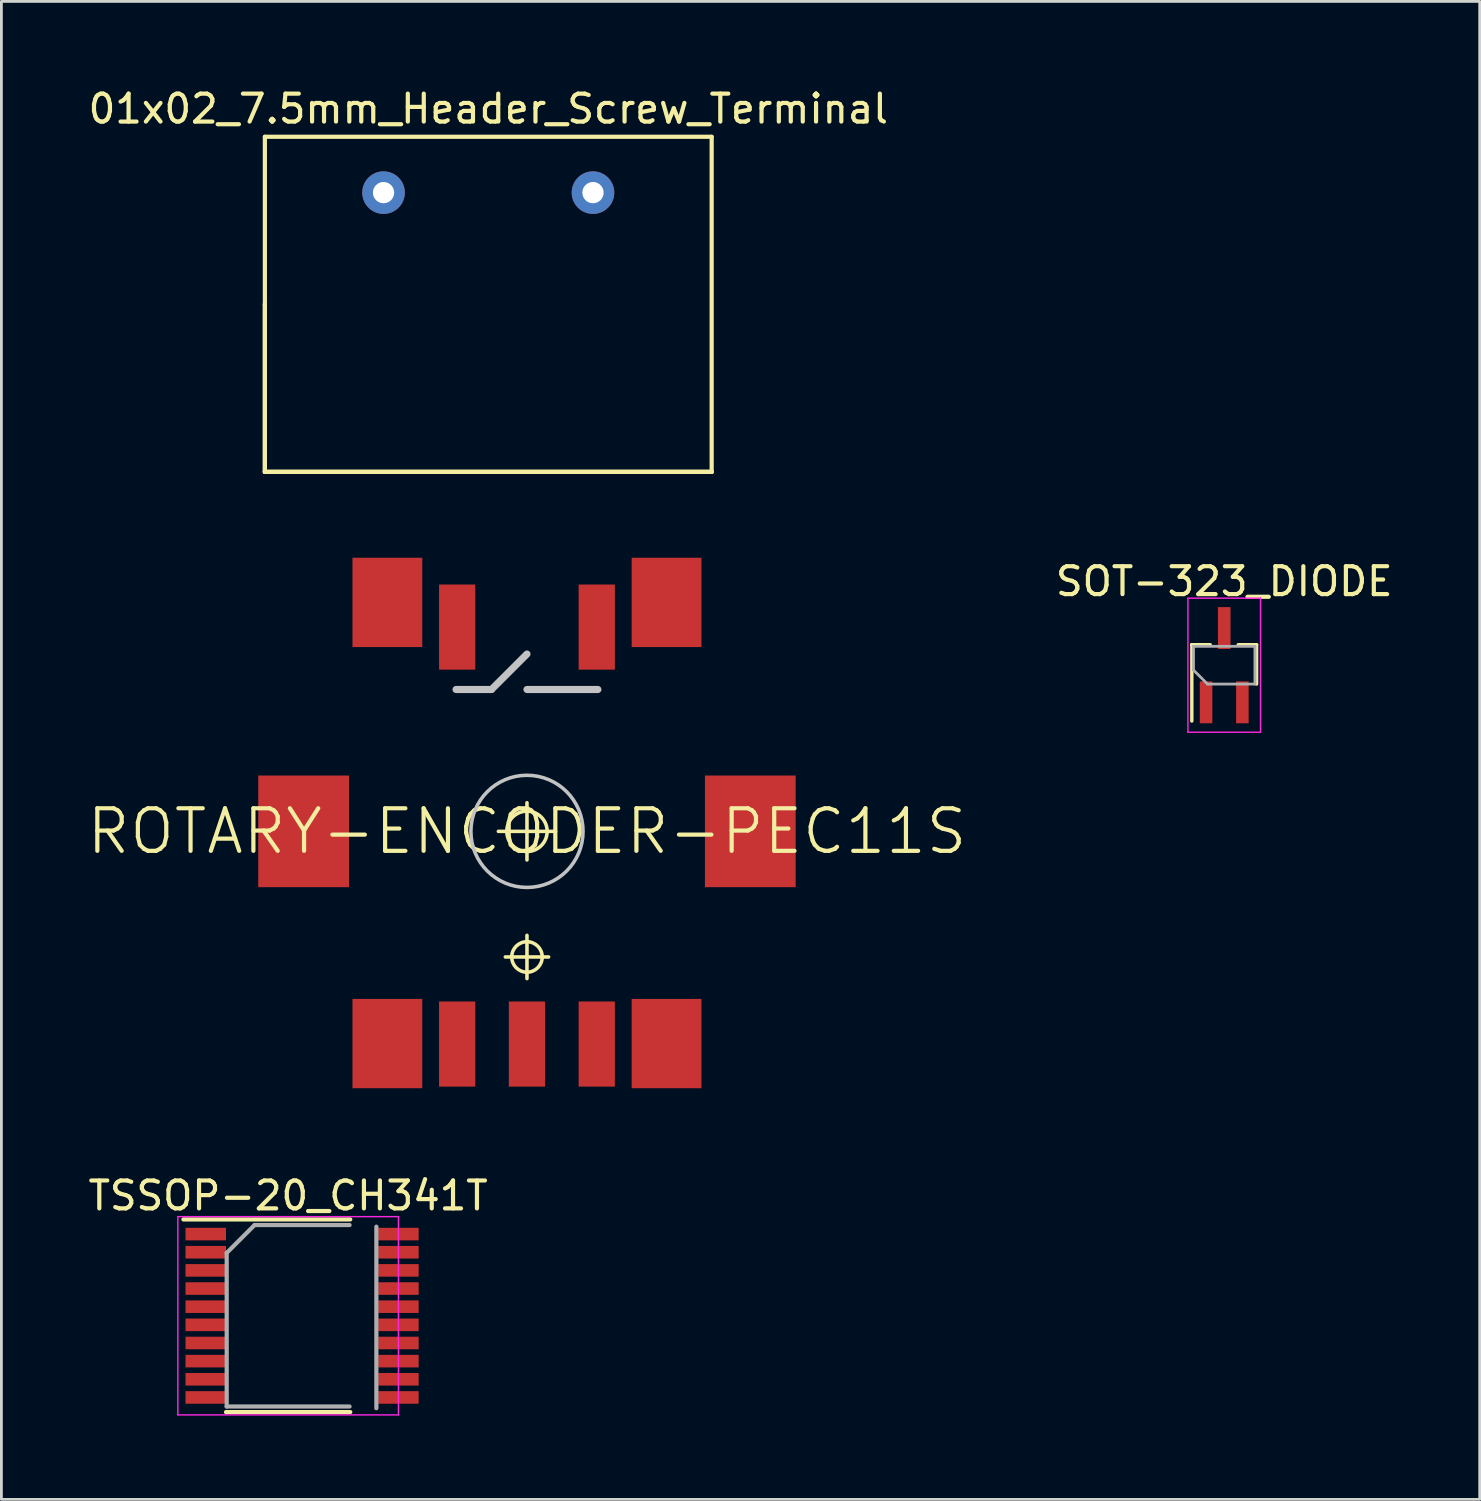
<source format=kicad_pcb>
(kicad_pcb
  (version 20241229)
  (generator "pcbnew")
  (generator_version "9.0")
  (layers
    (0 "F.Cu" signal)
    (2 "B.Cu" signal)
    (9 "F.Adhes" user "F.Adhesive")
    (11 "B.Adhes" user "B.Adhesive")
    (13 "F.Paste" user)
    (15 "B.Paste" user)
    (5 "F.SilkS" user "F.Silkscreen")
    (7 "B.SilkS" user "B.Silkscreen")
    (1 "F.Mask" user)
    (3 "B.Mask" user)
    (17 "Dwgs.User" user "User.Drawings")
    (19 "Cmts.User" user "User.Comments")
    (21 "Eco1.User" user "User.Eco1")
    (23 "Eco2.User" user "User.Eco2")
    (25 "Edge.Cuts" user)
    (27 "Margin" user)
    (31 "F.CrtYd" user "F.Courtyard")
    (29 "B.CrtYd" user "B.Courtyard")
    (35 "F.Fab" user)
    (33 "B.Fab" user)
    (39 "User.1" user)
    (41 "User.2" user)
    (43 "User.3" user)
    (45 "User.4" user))
  (footprint "ROTARY-ENCODER-PEC11S"
    (layer "F.Cu")
    (at 15.821 26.721)
    (property "Reference" "ROTARY-ENCODER-PEC11S" (at 0 0 0) (layer "F.SilkS") (effects (font (size 1.524 1.524) (thickness 0.15))))
    (attr smd)
    (fp_line (start -1.024 0) (end 1.024 0) (stroke (width 0.127) (type solid)) (layer "F.SilkS"))
    (fp_line (start -0.775 4.498) (end 0.775 4.498) (stroke (width 0.127) (type solid)) (layer "F.SilkS"))
    (fp_line (start 0 1.024) (end 0 -1.024) (stroke (width 0.127) (type solid)) (layer "F.SilkS"))
    (fp_line (start 0 5.273) (end 0 3.724) (stroke (width 0.127) (type solid)) (layer "F.SilkS"))
    (fp_circle (center 0 0) (end -0.511 0.511) (stroke (width 0.127) (type solid)) (fill no) (layer "F.SilkS"))
    (fp_circle (center 0 4.498) (end -0.386 4.884) (stroke (width 0.127) (type solid)) (fill no) (layer "F.SilkS"))
    (fp_line (start -2.54 -5.08) (end -1.27 -5.08) (stroke (width 0.254) (type solid)) (layer "Dwgs.User"))
    (fp_line (start -1.27 -5.08) (end 0 -6.35) (stroke (width 0.254) (type solid)) (layer "Dwgs.User"))
    (fp_line (start 0 -5.08) (end 2.54 -5.08) (stroke (width 0.254) (type solid)) (layer "Dwgs.User"))
    (fp_circle (center 0 0) (end -1.42 1.42) (stroke (width 0.127) (type solid)) (fill no) (layer "Dwgs.User"))
    (pad "1" smd rect (at -2.499 7.617) (size 1.298 3.048) (layers "F.Cu" "F.Mask" "F.Paste"))
    (pad "2" smd rect (at 0 7.617) (size 1.298 3.048) (layers "F.Cu" "F.Mask" "F.Paste"))
    (pad "3" smd rect (at 2.499 7.617) (size 1.298 3.048) (layers "F.Cu" "F.Mask" "F.Paste"))
    (pad "4" smd rect (at -2.499 -7.315) (size 1.298 3.048) (layers "F.Cu" "F.Mask" "F.Paste"))
    (pad "5" smd rect (at 2.499 -7.315) (size 1.298 3.048) (layers "F.Cu" "F.Mask" "F.Paste"))
    (pad "P$1" smd rect (at 7.998 0) (size 3.249 3.998) (layers "F.Cu" "F.Mask" "F.Paste"))
    (pad "P$2" smd rect (at -7.998 0) (size 3.249 3.998) (layers "F.Cu" "F.Mask" "F.Paste"))
    (pad "P$3" smd rect (at -4.999 -8.199) (size 2.499 3.198) (layers "F.Cu" "F.Mask" "F.Paste"))
    (pad "P$4" smd rect (at 4.999 -8.199) (size 2.499 3.198) (layers "F.Cu" "F.Mask" "F.Paste"))
    (pad "P$5" smd rect (at -4.999 7.6) (size 2.499 3.198) (layers "F.Cu" "F.Mask" "F.Paste"))
    (pad "P$6" smd rect (at 4.999 7.6) (size 2.499 3.198) (layers "F.Cu" "F.Mask" "F.Paste")))
  (footprint "TSSOP-20_CH341T"
    (layer "F.Cu")
    (at 7.268 44.068)
    (property "Reference" "TSSOP-20_CH341T" (at 0 -4.3 0) (layer "F.SilkS") (effects (font (size 1 1) (thickness 0.15))))
    (attr smd)
    (fp_line (start -3.75 -3.45) (end 2.225 -3.45) (stroke (width 0.15) (type solid)) (layer "F.SilkS"))
    (fp_line (start -2.225 3.45) (end 2.225 3.45) (stroke (width 0.15) (type solid)) (layer "F.SilkS"))
    (fp_line (start -3.95 -3.55) (end -3.95 3.55) (stroke (width 0.05) (type solid)) (layer "F.CrtYd"))
    (fp_line (start -3.95 -3.55) (end 3.95 -3.55) (stroke (width 0.05) (type solid)) (layer "F.CrtYd"))
    (fp_line (start -3.95 3.55) (end 3.95 3.55) (stroke (width 0.05) (type solid)) (layer "F.CrtYd"))
    (fp_line (start 3.95 -3.55) (end 3.95 3.55) (stroke (width 0.05) (type solid)) (layer "F.CrtYd"))
    (fp_line (start -2.2 -2.25) (end -1.2 -3.25) (stroke (width 0.15) (type solid)) (layer "F.Fab"))
    (fp_line (start -2.2 3.25) (end -2.2 -2.25) (stroke (width 0.15) (type solid)) (layer "F.Fab"))
    (fp_line (start -1.2 -3.25) (end 2.2 -3.25) (stroke (width 0.15) (type solid)) (layer "F.Fab"))
    (fp_line (start 2.2 3.25) (end -2.2 3.25) (stroke (width 0.15) (type solid)) (layer "F.Fab"))
    (fp_line (start 3.16 -3.19) (end 3.16 3.31) (stroke (width 0.15) (type solid)) (layer "F.Fab"))
    (pad "1" smd rect (at -2.95 -2.925) (size 1.45 0.45) (layers "F.Cu" "F.Mask" "F.Paste"))
    (pad "2" smd rect (at -2.95 -2.275) (size 1.45 0.45) (layers "F.Cu" "F.Mask" "F.Paste"))
    (pad "3" smd rect (at -2.95 -1.625) (size 1.45 0.45) (layers "F.Cu" "F.Mask" "F.Paste"))
    (pad "4" smd rect (at -2.95 -0.975) (size 1.45 0.45) (layers "F.Cu" "F.Mask" "F.Paste"))
    (pad "5" smd rect (at -2.95 -0.325) (size 1.45 0.45) (layers "F.Cu" "F.Mask" "F.Paste"))
    (pad "6" smd rect (at -2.95 0.325) (size 1.45 0.45) (layers "F.Cu" "F.Mask" "F.Paste"))
    (pad "7" smd rect (at -2.95 0.975) (size 1.45 0.45) (layers "F.Cu" "F.Mask" "F.Paste"))
    (pad "8" smd rect (at -2.95 1.625) (size 1.45 0.45) (layers "F.Cu" "F.Mask" "F.Paste"))
    (pad "9" smd rect (at -2.95 2.275) (size 1.45 0.45) (layers "F.Cu" "F.Mask" "F.Paste"))
    (pad "10" smd rect (at -2.95 2.925) (size 1.45 0.45) (layers "F.Cu" "F.Mask" "F.Paste"))
    (pad "11" smd rect (at 3.95 2.925) (size 1.45 0.45) (layers "F.Cu" "F.Mask" "F.Paste"))
    (pad "12" smd rect (at 3.95 2.275) (size 1.45 0.45) (layers "F.Cu" "F.Mask" "F.Paste"))
    (pad "13" smd rect (at 3.95 1.625) (size 1.45 0.45) (layers "F.Cu" "F.Mask" "F.Paste"))
    (pad "14" smd rect (at 3.95 0.975) (size 1.45 0.45) (layers "F.Cu" "F.Mask" "F.Paste"))
    (pad "15" smd rect (at 3.95 0.325) (size 1.45 0.45) (layers "F.Cu" "F.Mask" "F.Paste"))
    (pad "16" smd rect (at 3.95 -0.325) (size 1.45 0.45) (layers "F.Cu" "F.Mask" "F.Paste"))
    (pad "17" smd rect (at 3.95 -0.975) (size 1.45 0.45) (layers "F.Cu" "F.Mask" "F.Paste"))
    (pad "18" smd rect (at 3.95 -1.625) (size 1.45 0.45) (layers "F.Cu" "F.Mask" "F.Paste"))
    (pad "19" smd rect (at 3.95 -2.275) (size 1.45 0.45) (layers "F.Cu" "F.Mask" "F.Paste"))
    (pad "20" smd rect (at 3.95 -2.925) (size 1.45 0.45) (layers "F.Cu" "F.Mask" "F.Paste")))
  (footprint "SOT-323_DIODE"
    (layer "F.Cu")
    (at 40.79 20.771)
    (property "Reference" "SOT-323_DIODE" (at 0 -3 0) (layer "F.SilkS") (effects (font (size 1 1) (thickness 0.15))))
    (attr smd)
    (fp_line (start -1.17 -0.735) (end -0.5 -0.735) (stroke (width 0.12) (type solid)) (layer "F.SilkS"))
    (fp_line (start -1.16 -0.735) (end -1.16 2) (stroke (width 0.12) (type solid)) (layer "F.SilkS"))
    (fp_line (start 0.5 -0.735) (end 1.16 -0.735) (stroke (width 0.12) (type solid)) (layer "F.SilkS"))
    (fp_line (start 1.16 0.675) (end 1.16 -0.735) (stroke (width 0.12) (type solid)) (layer "F.SilkS"))
    (fp_line (start -1.3 -2.4) (end 1.3 -2.4) (stroke (width 0.05) (type solid)) (layer "F.CrtYd"))
    (fp_line (start -1.3 2.4) (end -1.3 -2.4) (stroke (width 0.05) (type solid)) (layer "F.CrtYd"))
    (fp_line (start 1.3 -2.4) (end 1.3 2.4) (stroke (width 0.05) (type solid)) (layer "F.CrtYd"))
    (fp_line (start 1.3 2.4) (end -1.3 2.4) (stroke (width 0.05) (type solid)) (layer "F.CrtYd"))
    (fp_line (start -1.1 -0.675) (end -1.1 0.175) (stroke (width 0.1) (type solid)) (layer "F.Fab"))
    (fp_line (start -1.1 -0.675) (end 1.1 -0.675) (stroke (width 0.1) (type solid)) (layer "F.Fab"))
    (fp_line (start -1.1 0.175) (end -0.6 0.675) (stroke (width 0.1) (type solid)) (layer "F.Fab"))
    (fp_line (start -0.6 0.675) (end 1.1 0.675) (stroke (width 0.1) (type solid)) (layer "F.Fab"))
    (fp_line (start 1.1 -0.675) (end 1.1 0.675) (stroke (width 0.1) (type solid)) (layer "F.Fab"))
    (pad "1" smd rect (at 0 -1.33) (size 0.45 1.5) (layers "F.Cu" "F.Mask" "F.Paste"))
    (pad "2" smd rect (at -0.65 1.33) (size 0.45 1.5) (layers "F.Cu" "F.Mask" "F.Paste"))
    (pad "3" smd rect (at 0.65 1.33) (size 0.45 1.5) (layers "F.Cu" "F.Mask" "F.Paste")))
  (footprint "01x02_7.5mm_Header_Screw_Terminal"
    (layer "F.Cu")
    (at 14.435 7.848)
    (property "Reference" "01x02_7.5mm_Header_Screw_Terminal" (at 0 -7 0) (layer "F.SilkS") (effects (font (size 1 1) (thickness 0.15))))
    (attr through_hole)
    (fp_line (start -8 -6) (end 8 -6) (stroke (width 0.15) (type solid)) (layer "F.SilkS"))
    (fp_line (start -8 0) (end -8 -6) (stroke (width 0.15) (type solid)) (layer "F.SilkS"))
    (fp_line (start -8 0) (end -8 6) (stroke (width 0.15) (type solid)) (layer "F.SilkS"))
    (fp_line (start -8 6) (end -8 0) (stroke (width 0.15) (type solid)) (layer "F.SilkS"))
    (fp_line (start -8 6) (end 8 6) (stroke (width 0.15) (type solid)) (layer "F.SilkS"))
    (fp_line (start 8 -6) (end 8 6) (stroke (width 0.15) (type solid)) (layer "F.SilkS"))
    (fp_line (start 8 6) (end -8 6) (stroke (width 0.15) (type solid)) (layer "F.SilkS"))
    (fp_line (start 8 6) (end -8 6) (stroke (width 0.15) (type solid)) (layer "F.SilkS"))
    (pad "1" thru_hole circle (at -3.75 -4) (size 1.524 1.524) (drill 0.762) (layers "*.Cu" "*.Mask"))
    (pad "2" thru_hole circle (at 3.75 -4) (size 1.524 1.524) (drill 0.762) (layers "*.Cu" "*.Mask")))
  (gr_rect
    (start -3 -3)
    (end 49.939 50.643)
    (stroke (width 0.1) (type default))
    (fill no)
    (layer "Edge.Cuts")))
</source>
